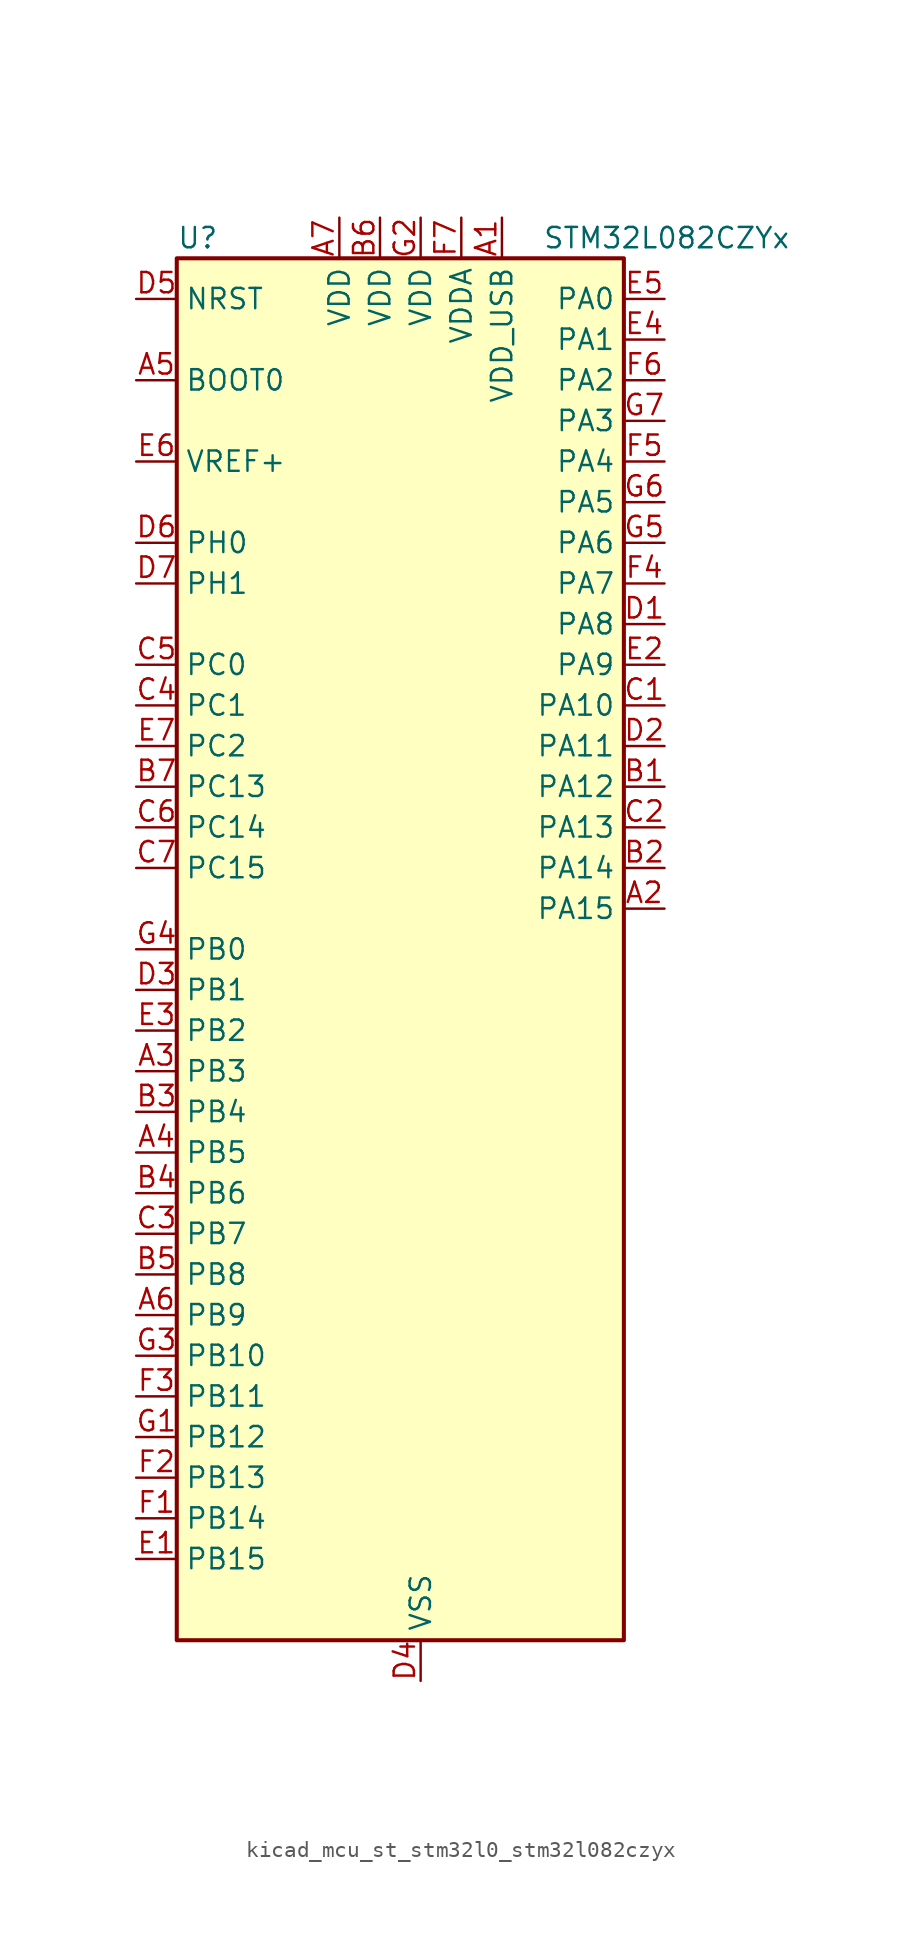
<source format=kicad_sym>
(kicad_symbol_lib
  (version 20220914)
  (generator kicad_symbol_editor)
  (symbol "kicad_mcu_st_stm32l0_stm32l082czyx"
    (property "Reference" "U"
      (at -12.7 44.45 0)
      (effects (font (size 1.27 1.27)) (justify left)))
    (property "Value" "STM32L082CZYx"
      (at 10.16 44.45 0)
      (effects (font (size 1.27 1.27)) (justify left)))
    (property "ki_locked" ""
      (at 0 0 0)
      (effects (font (size 1.27 1.27))))
    (symbol "kicad_mcu_st_stm32l0_stm32l082czyx_0_1"
      (rectangle (start -12.7 -43.18) (end 15.24 43.18) (stroke (width 0.254) (type default)) (fill (type background))))
    (symbol "kicad_mcu_st_stm32l0_stm32l082czyx_1_1"
      (pin power_in line (at 7.62 45.72 270) (length 2.54) (name "VDD_USB" (effects (font (size 1.27 1.27)))) (number "A1" (effects (font (size 1.27 1.27)))))
      (pin bidirectional line (at 17.78 2.54 180) (length 2.54) (name "PA15" (effects (font (size 1.27 1.27)))) (number "A2" (effects (font (size 1.27 1.27)))) (alternate "SPI1_NSS" bidirectional line) (alternate "TIM2_CH1" bidirectional line) (alternate "TIM2_ETR" bidirectional line) (alternate "USART2_RX" bidirectional line) (alternate "USART4_DE" bidirectional line) (alternate "USART4_RTS" bidirectional line))
      (pin bidirectional line (at -15.24 -7.62 0) (length 2.54) (name "PB3" (effects (font (size 1.27 1.27)))) (number "A3" (effects (font (size 1.27 1.27)))) (alternate "COMP2_INM" bidirectional line) (alternate "SPI1_SCK" bidirectional line) (alternate "TIM2_CH2" bidirectional line) (alternate "TSC_G5_IO1" bidirectional line) (alternate "USART1_DE" bidirectional line) (alternate "USART1_RTS" bidirectional line) (alternate "USART5_TX" bidirectional line))
      (pin bidirectional line (at -15.24 -12.7 0) (length 2.54) (name "PB5" (effects (font (size 1.27 1.27)))) (number "A4" (effects (font (size 1.27 1.27)))) (alternate "COMP2_INP" bidirectional line) (alternate "I2C1_SMBA" bidirectional line) (alternate "LPTIM1_IN1" bidirectional line) (alternate "SPI1_MOSI" bidirectional line) (alternate "TIM22_CH2" bidirectional line) (alternate "TIM3_CH2" bidirectional line) (alternate "USART1_CK" bidirectional line) (alternate "USART5_CK" bidirectional line) (alternate "USART5_DE" bidirectional line) (alternate "USART5_RTS" bidirectional line))
      (pin input line (at -15.24 35.56 0) (length 2.54) (name "BOOT0" (effects (font (size 1.27 1.27)))) (number "A5" (effects (font (size 1.27 1.27)))))
      (pin bidirectional line (at -15.24 -22.86 0) (length 2.54) (name "PB9" (effects (font (size 1.27 1.27)))) (number "A6" (effects (font (size 1.27 1.27)))) (alternate "DAC_EXTI9" bidirectional line) (alternate "I2C1_SDA" bidirectional line) (alternate "I2S2_WS" bidirectional line) (alternate "SPI2_NSS" bidirectional line))
      (pin power_in line (at -2.54 45.72 270) (length 2.54) (name "VDD" (effects (font (size 1.27 1.27)))) (number "A7" (effects (font (size 1.27 1.27)))))
      (pin bidirectional line (at 17.78 10.16 180) (length 2.54) (name "PA12" (effects (font (size 1.27 1.27)))) (number "B1" (effects (font (size 1.27 1.27)))) (alternate "COMP2_OUT" bidirectional line) (alternate "SPI1_MOSI" bidirectional line) (alternate "TSC_G4_IO4" bidirectional line) (alternate "USART1_DE" bidirectional line) (alternate "USART1_RTS" bidirectional line) (alternate "USB_DP" bidirectional line))
      (pin bidirectional line (at 17.78 5.08 180) (length 2.54) (name "PA14" (effects (font (size 1.27 1.27)))) (number "B2" (effects (font (size 1.27 1.27)))) (alternate "LPUART1_TX" bidirectional line) (alternate "SYS_SWCLK" bidirectional line) (alternate "USART2_TX" bidirectional line))
      (pin bidirectional line (at -15.24 -10.16 0) (length 2.54) (name "PB4" (effects (font (size 1.27 1.27)))) (number "B3" (effects (font (size 1.27 1.27)))) (alternate "COMP2_INP" bidirectional line) (alternate "I2C3_SDA" bidirectional line) (alternate "SPI1_MISO" bidirectional line) (alternate "TIM22_CH1" bidirectional line) (alternate "TIM3_CH1" bidirectional line) (alternate "TSC_G5_IO2" bidirectional line) (alternate "USART1_CTS" bidirectional line) (alternate "USART5_RX" bidirectional line))
      (pin bidirectional line (at -15.24 -15.24 0) (length 2.54) (name "PB6" (effects (font (size 1.27 1.27)))) (number "B4" (effects (font (size 1.27 1.27)))) (alternate "COMP2_INP" bidirectional line) (alternate "I2C1_SCL" bidirectional line) (alternate "LPTIM1_ETR" bidirectional line) (alternate "TSC_G5_IO3" bidirectional line) (alternate "USART1_TX" bidirectional line))
      (pin bidirectional line (at -15.24 -20.32 0) (length 2.54) (name "PB8" (effects (font (size 1.27 1.27)))) (number "B5" (effects (font (size 1.27 1.27)))) (alternate "I2C1_SCL" bidirectional line) (alternate "TSC_SYNC" bidirectional line))
      (pin power_in line (at 0 45.72 270) (length 2.54) (name "VDD" (effects (font (size 1.27 1.27)))) (number "B6" (effects (font (size 1.27 1.27)))))
      (pin bidirectional line (at -15.24 10.16 0) (length 2.54) (name "PC13" (effects (font (size 1.27 1.27)))) (number "B7" (effects (font (size 1.27 1.27)))) (alternate "RTC_OUT_ALARM" bidirectional line) (alternate "RTC_OUT_CALIB" bidirectional line) (alternate "RTC_TAMP1" bidirectional line) (alternate "RTC_TS" bidirectional line) (alternate "SYS_WKUP2" bidirectional line))
      (pin bidirectional line (at 17.78 15.24 180) (length 2.54) (name "PA10" (effects (font (size 1.27 1.27)))) (number "C1" (effects (font (size 1.27 1.27)))) (alternate "I2C1_SDA" bidirectional line) (alternate "TSC_G4_IO2" bidirectional line) (alternate "USART1_RX" bidirectional line))
      (pin bidirectional line (at 17.78 7.62 180) (length 2.54) (name "PA13" (effects (font (size 1.27 1.27)))) (number "C2" (effects (font (size 1.27 1.27)))) (alternate "LPUART1_RX" bidirectional line) (alternate "SYS_SWDIO" bidirectional line) (alternate "USB_NOE" bidirectional line))
      (pin bidirectional line (at -15.24 -17.78 0) (length 2.54) (name "PB7" (effects (font (size 1.27 1.27)))) (number "C3" (effects (font (size 1.27 1.27)))) (alternate "COMP2_INP" bidirectional line) (alternate "I2C1_SDA" bidirectional line) (alternate "LPTIM1_IN2" bidirectional line) (alternate "SYS_PVD_IN" bidirectional line) (alternate "TSC_G5_IO4" bidirectional line) (alternate "USART1_RX" bidirectional line) (alternate "USART4_CTS" bidirectional line))
      (pin bidirectional line (at -15.24 15.24 0) (length 2.54) (name "PC1" (effects (font (size 1.27 1.27)))) (number "C4" (effects (font (size 1.27 1.27)))) (alternate "ADC_IN11" bidirectional line) (alternate "I2C3_SDA" bidirectional line) (alternate "LPTIM1_OUT" bidirectional line) (alternate "LPUART1_TX" bidirectional line) (alternate "TSC_G7_IO2" bidirectional line))
      (pin bidirectional line (at -15.24 17.78 0) (length 2.54) (name "PC0" (effects (font (size 1.27 1.27)))) (number "C5" (effects (font (size 1.27 1.27)))) (alternate "ADC_IN10" bidirectional line) (alternate "I2C3_SCL" bidirectional line) (alternate "LPTIM1_IN1" bidirectional line) (alternate "LPUART1_RX" bidirectional line) (alternate "TSC_G7_IO1" bidirectional line))
      (pin bidirectional line (at -15.24 7.62 0) (length 2.54) (name "PC14" (effects (font (size 1.27 1.27)))) (number "C6" (effects (font (size 1.27 1.27)))) (alternate "RCC_OSC32_IN" bidirectional line))
      (pin bidirectional line (at -15.24 5.08 0) (length 2.54) (name "PC15" (effects (font (size 1.27 1.27)))) (number "C7" (effects (font (size 1.27 1.27)))) (alternate "RCC_OSC32_OUT" bidirectional line))
      (pin bidirectional line (at 17.78 20.32 180) (length 2.54) (name "PA8" (effects (font (size 1.27 1.27)))) (number "D1" (effects (font (size 1.27 1.27)))) (alternate "CRS_SYNC" bidirectional line) (alternate "I2C3_SCL" bidirectional line) (alternate "RCC_MCO" bidirectional line) (alternate "USART1_CK" bidirectional line))
      (pin bidirectional line (at 17.78 12.7 180) (length 2.54) (name "PA11" (effects (font (size 1.27 1.27)))) (number "D2" (effects (font (size 1.27 1.27)))) (alternate "ADC_EXTI11" bidirectional line) (alternate "COMP1_OUT" bidirectional line) (alternate "SPI1_MISO" bidirectional line) (alternate "TSC_G4_IO3" bidirectional line) (alternate "USART1_CTS" bidirectional line) (alternate "USB_DM" bidirectional line))
      (pin bidirectional line (at -15.24 -2.54 0) (length 2.54) (name "PB1" (effects (font (size 1.27 1.27)))) (number "D3" (effects (font (size 1.27 1.27)))) (alternate "ADC_IN9" bidirectional line) (alternate "LPUART1_DE" bidirectional line) (alternate "LPUART1_RTS" bidirectional line) (alternate "SYS_VREF_OUT_PB1" bidirectional line) (alternate "TIM3_CH4" bidirectional line) (alternate "TSC_G3_IO3" bidirectional line))
      (pin power_in line (at 2.54 -45.72 90) (length 2.54) (name "VSS" (effects (font (size 1.27 1.27)))) (number "D4" (effects (font (size 1.27 1.27)))))
      (pin input line (at -15.24 40.64 0) (length 2.54) (name "NRST" (effects (font (size 1.27 1.27)))) (number "D5" (effects (font (size 1.27 1.27)))))
      (pin bidirectional line (at -15.24 25.4 0) (length 2.54) (name "PH0" (effects (font (size 1.27 1.27)))) (number "D6" (effects (font (size 1.27 1.27)))) (alternate "CRS_SYNC" bidirectional line) (alternate "RCC_OSC_IN" bidirectional line))
      (pin bidirectional line (at -15.24 22.86 0) (length 2.54) (name "PH1" (effects (font (size 1.27 1.27)))) (number "D7" (effects (font (size 1.27 1.27)))) (alternate "RCC_OSC_OUT" bidirectional line))
      (pin bidirectional line (at -15.24 -38.1 0) (length 2.54) (name "PB15" (effects (font (size 1.27 1.27)))) (number "E1" (effects (font (size 1.27 1.27)))) (alternate "I2S2_SD" bidirectional line) (alternate "RTC_REFIN" bidirectional line) (alternate "SPI2_MOSI" bidirectional line))
      (pin bidirectional line (at 17.78 17.78 180) (length 2.54) (name "PA9" (effects (font (size 1.27 1.27)))) (number "E2" (effects (font (size 1.27 1.27)))) (alternate "DAC_EXTI9" bidirectional line) (alternate "I2C1_SCL" bidirectional line) (alternate "I2C3_SMBA" bidirectional line) (alternate "RCC_MCO" bidirectional line) (alternate "TSC_G4_IO1" bidirectional line) (alternate "USART1_TX" bidirectional line))
      (pin bidirectional line (at -15.24 -5.08 0) (length 2.54) (name "PB2" (effects (font (size 1.27 1.27)))) (number "E3" (effects (font (size 1.27 1.27)))) (alternate "I2C3_SMBA" bidirectional line) (alternate "LPTIM1_OUT" bidirectional line) (alternate "TSC_G3_IO4" bidirectional line))
      (pin bidirectional line (at 17.78 38.1 180) (length 2.54) (name "PA1" (effects (font (size 1.27 1.27)))) (number "E4" (effects (font (size 1.27 1.27)))) (alternate "ADC_IN1" bidirectional line) (alternate "COMP1_INP" bidirectional line) (alternate "TIM21_ETR" bidirectional line) (alternate "TIM2_CH2" bidirectional line) (alternate "TSC_G1_IO2" bidirectional line) (alternate "USART2_DE" bidirectional line) (alternate "USART2_RTS" bidirectional line) (alternate "USART4_RX" bidirectional line))
      (pin bidirectional line (at 17.78 40.64 180) (length 2.54) (name "PA0" (effects (font (size 1.27 1.27)))) (number "E5" (effects (font (size 1.27 1.27)))) (alternate "ADC_IN0" bidirectional line) (alternate "COMP1_INM" bidirectional line) (alternate "COMP1_OUT" bidirectional line) (alternate "RTC_TAMP2" bidirectional line) (alternate "SYS_WKUP1" bidirectional line) (alternate "TIM2_CH1" bidirectional line) (alternate "TIM2_ETR" bidirectional line) (alternate "TSC_G1_IO1" bidirectional line) (alternate "USART2_CTS" bidirectional line) (alternate "USART4_TX" bidirectional line))
      (pin input line (at -15.24 30.48 0) (length 2.54) (name "VREF+" (effects (font (size 1.27 1.27)))) (number "E6" (effects (font (size 1.27 1.27)))))
      (pin bidirectional line (at -15.24 12.7 0) (length 2.54) (name "PC2" (effects (font (size 1.27 1.27)))) (number "E7" (effects (font (size 1.27 1.27)))) (alternate "ADC_IN12" bidirectional line) (alternate "I2S2_MCK" bidirectional line) (alternate "LPTIM1_IN2" bidirectional line) (alternate "SPI2_MISO" bidirectional line) (alternate "TSC_G7_IO3" bidirectional line))
      (pin bidirectional line (at -15.24 -35.56 0) (length 2.54) (name "PB14" (effects (font (size 1.27 1.27)))) (number "F1" (effects (font (size 1.27 1.27)))) (alternate "I2C2_SDA" bidirectional line) (alternate "I2S2_MCK" bidirectional line) (alternate "LPUART1_DE" bidirectional line) (alternate "LPUART1_RTS" bidirectional line) (alternate "RTC_OUT_ALARM" bidirectional line) (alternate "RTC_OUT_CALIB" bidirectional line) (alternate "SPI2_MISO" bidirectional line) (alternate "TIM21_CH2" bidirectional line) (alternate "TSC_G6_IO4" bidirectional line))
      (pin bidirectional line (at -15.24 -33.02 0) (length 2.54) (name "PB13" (effects (font (size 1.27 1.27)))) (number "F2" (effects (font (size 1.27 1.27)))) (alternate "I2C2_SCL" bidirectional line) (alternate "I2S2_CK" bidirectional line) (alternate "LPUART1_CTS" bidirectional line) (alternate "RCC_MCO" bidirectional line) (alternate "SPI2_SCK" bidirectional line) (alternate "TIM21_CH1" bidirectional line) (alternate "TSC_G6_IO3" bidirectional line))
      (pin bidirectional line (at -15.24 -27.94 0) (length 2.54) (name "PB11" (effects (font (size 1.27 1.27)))) (number "F3" (effects (font (size 1.27 1.27)))) (alternate "ADC_EXTI11" bidirectional line) (alternate "I2C2_SDA" bidirectional line) (alternate "LPUART1_RX" bidirectional line) (alternate "LPUART1_TX" bidirectional line) (alternate "TIM2_CH4" bidirectional line) (alternate "TSC_G6_IO1" bidirectional line))
      (pin bidirectional line (at 17.78 22.86 180) (length 2.54) (name "PA7" (effects (font (size 1.27 1.27)))) (number "F4" (effects (font (size 1.27 1.27)))) (alternate "ADC_IN7" bidirectional line) (alternate "COMP2_OUT" bidirectional line) (alternate "SPI1_MOSI" bidirectional line) (alternate "TIM22_CH2" bidirectional line) (alternate "TIM3_CH2" bidirectional line) (alternate "TSC_G2_IO4" bidirectional line))
      (pin bidirectional line (at 17.78 30.48 180) (length 2.54) (name "PA4" (effects (font (size 1.27 1.27)))) (number "F5" (effects (font (size 1.27 1.27)))) (alternate "ADC_IN4" bidirectional line) (alternate "COMP1_INM" bidirectional line) (alternate "COMP2_INM" bidirectional line) (alternate "DAC_OUT1" bidirectional line) (alternate "SPI1_NSS" bidirectional line) (alternate "TIM22_ETR" bidirectional line) (alternate "TSC_G2_IO1" bidirectional line) (alternate "USART2_CK" bidirectional line))
      (pin bidirectional line (at 17.78 35.56 180) (length 2.54) (name "PA2" (effects (font (size 1.27 1.27)))) (number "F6" (effects (font (size 1.27 1.27)))) (alternate "ADC_IN2" bidirectional line) (alternate "COMP2_INM" bidirectional line) (alternate "COMP2_OUT" bidirectional line) (alternate "LPUART1_TX" bidirectional line) (alternate "TIM21_CH1" bidirectional line) (alternate "TIM2_CH3" bidirectional line) (alternate "TSC_G1_IO3" bidirectional line) (alternate "USART2_TX" bidirectional line))
      (pin power_in line (at 5.08 45.72 270) (length 2.54) (name "VDDA" (effects (font (size 1.27 1.27)))) (number "F7" (effects (font (size 1.27 1.27)))))
      (pin bidirectional line (at -15.24 -30.48 0) (length 2.54) (name "PB12" (effects (font (size 1.27 1.27)))) (number "G1" (effects (font (size 1.27 1.27)))) (alternate "I2S2_WS" bidirectional line) (alternate "LPUART1_DE" bidirectional line) (alternate "LPUART1_RTS" bidirectional line) (alternate "SPI2_NSS" bidirectional line) (alternate "TSC_G6_IO2" bidirectional line))
      (pin power_in line (at 2.54 45.72 270) (length 2.54) (name "VDD" (effects (font (size 1.27 1.27)))) (number "G2" (effects (font (size 1.27 1.27)))))
      (pin bidirectional line (at -15.24 -25.4 0) (length 2.54) (name "PB10" (effects (font (size 1.27 1.27)))) (number "G3" (effects (font (size 1.27 1.27)))) (alternate "I2C2_SCL" bidirectional line) (alternate "LPUART1_RX" bidirectional line) (alternate "LPUART1_TX" bidirectional line) (alternate "SPI2_SCK" bidirectional line) (alternate "TIM2_CH3" bidirectional line) (alternate "TSC_SYNC" bidirectional line))
      (pin bidirectional line (at -15.24 0 0) (length 2.54) (name "PB0" (effects (font (size 1.27 1.27)))) (number "G4" (effects (font (size 1.27 1.27)))) (alternate "ADC_IN8" bidirectional line) (alternate "SYS_VREF_OUT_PB0" bidirectional line) (alternate "TIM3_CH3" bidirectional line) (alternate "TSC_G3_IO2" bidirectional line))
      (pin bidirectional line (at 17.78 25.4 180) (length 2.54) (name "PA6" (effects (font (size 1.27 1.27)))) (number "G5" (effects (font (size 1.27 1.27)))) (alternate "ADC_IN6" bidirectional line) (alternate "COMP1_OUT" bidirectional line) (alternate "LPUART1_CTS" bidirectional line) (alternate "SPI1_MISO" bidirectional line) (alternate "TIM22_CH1" bidirectional line) (alternate "TIM3_CH1" bidirectional line) (alternate "TSC_G2_IO3" bidirectional line))
      (pin bidirectional line (at 17.78 27.94 180) (length 2.54) (name "PA5" (effects (font (size 1.27 1.27)))) (number "G6" (effects (font (size 1.27 1.27)))) (alternate "ADC_IN5" bidirectional line) (alternate "COMP1_INM" bidirectional line) (alternate "COMP2_INM" bidirectional line) (alternate "DAC_OUT2" bidirectional line) (alternate "SPI1_SCK" bidirectional line) (alternate "TIM2_CH1" bidirectional line) (alternate "TIM2_ETR" bidirectional line) (alternate "TSC_G2_IO2" bidirectional line))
      (pin bidirectional line (at 17.78 33.02 180) (length 2.54) (name "PA3" (effects (font (size 1.27 1.27)))) (number "G7" (effects (font (size 1.27 1.27)))) (alternate "ADC_IN3" bidirectional line) (alternate "COMP2_INP" bidirectional line) (alternate "LPUART1_RX" bidirectional line) (alternate "TIM21_CH2" bidirectional line) (alternate "TIM2_CH4" bidirectional line) (alternate "TSC_G1_IO4" bidirectional line) (alternate "USART2_RX" bidirectional line)))))
</source>
